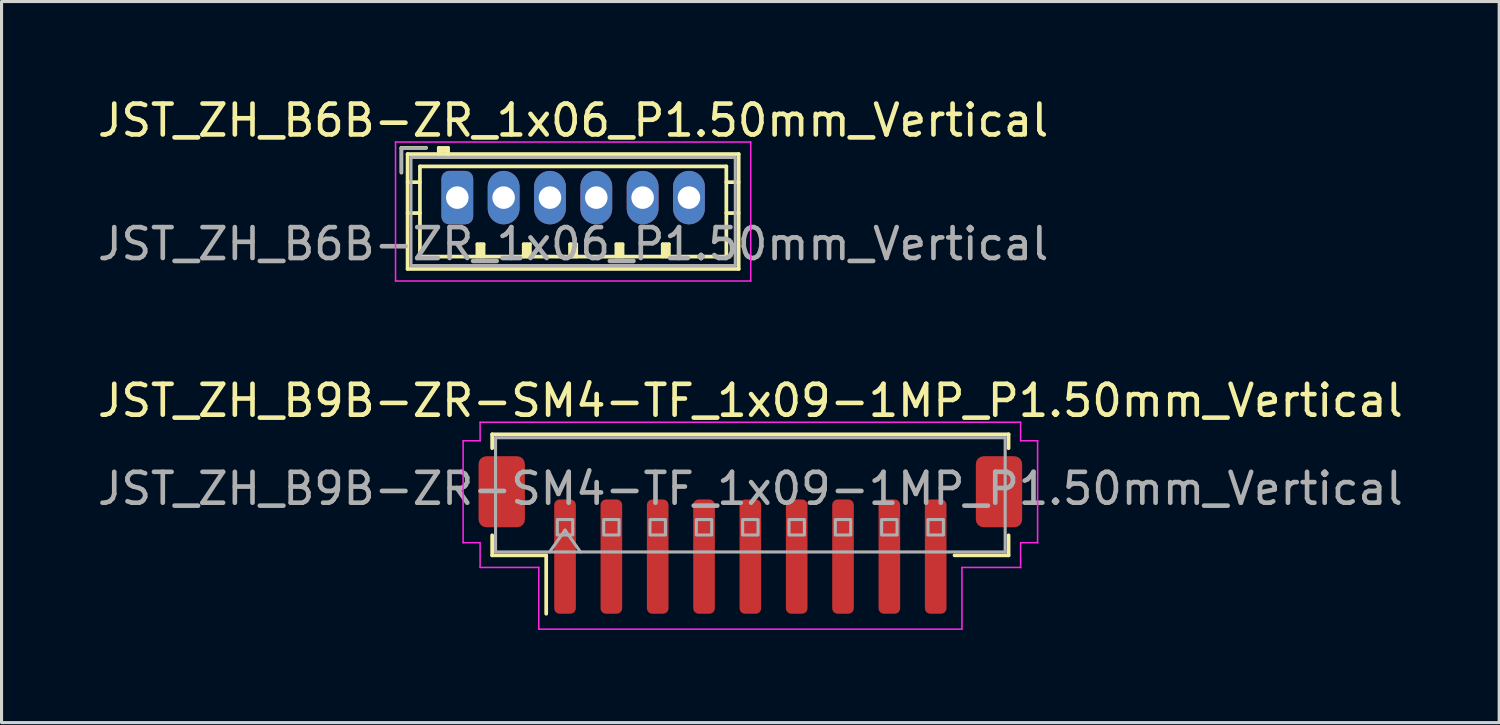
<source format=kicad_pcb>
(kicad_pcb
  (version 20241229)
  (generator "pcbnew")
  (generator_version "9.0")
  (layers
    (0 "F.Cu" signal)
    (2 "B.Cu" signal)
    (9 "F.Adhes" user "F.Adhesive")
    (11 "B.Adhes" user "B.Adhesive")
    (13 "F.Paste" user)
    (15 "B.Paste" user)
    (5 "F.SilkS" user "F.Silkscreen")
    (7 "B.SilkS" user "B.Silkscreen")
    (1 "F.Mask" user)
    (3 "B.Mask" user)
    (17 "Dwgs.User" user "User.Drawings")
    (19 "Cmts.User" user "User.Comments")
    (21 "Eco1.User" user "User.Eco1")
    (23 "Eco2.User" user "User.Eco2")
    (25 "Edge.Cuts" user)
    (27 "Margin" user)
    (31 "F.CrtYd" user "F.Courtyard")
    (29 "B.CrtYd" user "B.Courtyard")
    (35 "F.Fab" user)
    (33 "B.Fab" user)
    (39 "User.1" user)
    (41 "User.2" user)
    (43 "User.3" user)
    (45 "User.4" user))
  (footprint "JST_ZH_B6B-ZR_1x06_P1.50mm_Vertical"
    (layer "F.Cu")
    (at 11.756 3.348)
    (property "Reference" "JST_ZH_B6B-ZR_1x06_P1.50mm_Vertical" (at 3.75 -2.5 0) (layer "F.SilkS") (effects (font (size 1 1) (thickness 0.15))))
    (attr through_hole)
    (fp_line (start -1.81 -1.61) (end -1.81 -0.81) (stroke (width 0.12) (type solid)) (layer "F.SilkS"))
    (fp_line (start -1.61 -1.41) (end -1.61 2.31) (stroke (width 0.12) (type solid)) (layer "F.SilkS"))
    (fp_line (start -1.61 -0.5) (end -1.21 -0.5) (stroke (width 0.12) (type solid)) (layer "F.SilkS"))
    (fp_line (start -1.61 0.5) (end -1.21 0.5) (stroke (width 0.12) (type solid)) (layer "F.SilkS"))
    (fp_line (start -1.61 2.31) (end 9.11 2.31) (stroke (width 0.12) (type solid)) (layer "F.SilkS"))
    (fp_line (start -1.21 -1.01) (end -1.21 1.91) (stroke (width 0.12) (type solid)) (layer "F.SilkS"))
    (fp_line (start -1.21 1.91) (end 8.71 1.91) (stroke (width 0.12) (type solid)) (layer "F.SilkS"))
    (fp_line (start -1.01 -1.61) (end -1.81 -1.61) (stroke (width 0.12) (type solid)) (layer "F.SilkS"))
    (fp_line (start -0.6 -1.61) (end -0.6 -1.41) (stroke (width 0.12) (type solid)) (layer "F.SilkS"))
    (fp_line (start -0.3 -1.61) (end -0.6 -1.61) (stroke (width 0.12) (type solid)) (layer "F.SilkS"))
    (fp_line (start -0.3 -1.51) (end -0.6 -1.51) (stroke (width 0.12) (type solid)) (layer "F.SilkS"))
    (fp_line (start -0.3 -1.41) (end -0.3 -1.61) (stroke (width 0.12) (type solid)) (layer "F.SilkS"))
    (fp_line (start 0.65 1.51) (end 0.85 1.51) (stroke (width 0.12) (type solid)) (layer "F.SilkS"))
    (fp_line (start 0.65 1.91) (end 0.65 1.51) (stroke (width 0.12) (type solid)) (layer "F.SilkS"))
    (fp_line (start 0.75 1.91) (end 0.75 1.51) (stroke (width 0.12) (type solid)) (layer "F.SilkS"))
    (fp_line (start 0.85 1.51) (end 0.85 1.91) (stroke (width 0.12) (type solid)) (layer "F.SilkS"))
    (fp_line (start 2.15 1.51) (end 2.35 1.51) (stroke (width 0.12) (type solid)) (layer "F.SilkS"))
    (fp_line (start 2.15 1.91) (end 2.15 1.51) (stroke (width 0.12) (type solid)) (layer "F.SilkS"))
    (fp_line (start 2.25 1.91) (end 2.25 1.51) (stroke (width 0.12) (type solid)) (layer "F.SilkS"))
    (fp_line (start 2.35 1.51) (end 2.35 1.91) (stroke (width 0.12) (type solid)) (layer "F.SilkS"))
    (fp_line (start 3.65 1.51) (end 3.85 1.51) (stroke (width 0.12) (type solid)) (layer "F.SilkS"))
    (fp_line (start 3.65 1.91) (end 3.65 1.51) (stroke (width 0.12) (type solid)) (layer "F.SilkS"))
    (fp_line (start 3.75 1.91) (end 3.75 1.51) (stroke (width 0.12) (type solid)) (layer "F.SilkS"))
    (fp_line (start 3.85 1.51) (end 3.85 1.91) (stroke (width 0.12) (type solid)) (layer "F.SilkS"))
    (fp_line (start 5.15 1.51) (end 5.35 1.51) (stroke (width 0.12) (type solid)) (layer "F.SilkS"))
    (fp_line (start 5.15 1.91) (end 5.15 1.51) (stroke (width 0.12) (type solid)) (layer "F.SilkS"))
    (fp_line (start 5.25 1.91) (end 5.25 1.51) (stroke (width 0.12) (type solid)) (layer "F.SilkS"))
    (fp_line (start 5.35 1.51) (end 5.35 1.91) (stroke (width 0.12) (type solid)) (layer "F.SilkS"))
    (fp_line (start 6.65 1.51) (end 6.85 1.51) (stroke (width 0.12) (type solid)) (layer "F.SilkS"))
    (fp_line (start 6.65 1.91) (end 6.65 1.51) (stroke (width 0.12) (type solid)) (layer "F.SilkS"))
    (fp_line (start 6.75 1.91) (end 6.75 1.51) (stroke (width 0.12) (type solid)) (layer "F.SilkS"))
    (fp_line (start 6.85 1.51) (end 6.85 1.91) (stroke (width 0.12) (type solid)) (layer "F.SilkS"))
    (fp_line (start 8.71 -1.01) (end -1.21 -1.01) (stroke (width 0.12) (type solid)) (layer "F.SilkS"))
    (fp_line (start 8.71 1.91) (end 8.71 -1.01) (stroke (width 0.12) (type solid)) (layer "F.SilkS"))
    (fp_line (start 9.11 -1.41) (end -1.61 -1.41) (stroke (width 0.12) (type solid)) (layer "F.SilkS"))
    (fp_line (start 9.11 -0.5) (end 8.71 -0.5) (stroke (width 0.12) (type solid)) (layer "F.SilkS"))
    (fp_line (start 9.11 0.5) (end 8.71 0.5) (stroke (width 0.12) (type solid)) (layer "F.SilkS"))
    (fp_line (start 9.11 2.31) (end 9.11 -1.41) (stroke (width 0.12) (type solid)) (layer "F.SilkS"))
    (fp_line (start -2 -1.8) (end -2 2.7) (stroke (width 0.05) (type solid)) (layer "F.CrtYd"))
    (fp_line (start -2 2.7) (end 9.5 2.7) (stroke (width 0.05) (type solid)) (layer "F.CrtYd"))
    (fp_line (start 9.5 -1.8) (end -2 -1.8) (stroke (width 0.05) (type solid)) (layer "F.CrtYd"))
    (fp_line (start 9.5 2.7) (end 9.5 -1.8) (stroke (width 0.05) (type solid)) (layer "F.CrtYd"))
    (fp_line (start -1.81 -1.61) (end -1.81 -0.81) (stroke (width 0.1) (type solid)) (layer "F.Fab"))
    (fp_line (start -1.5 -1.3) (end -1.5 2.2) (stroke (width 0.1) (type solid)) (layer "F.Fab"))
    (fp_line (start -1.5 2.2) (end 9 2.2) (stroke (width 0.1) (type solid)) (layer "F.Fab"))
    (fp_line (start -1.01 -1.61) (end -1.81 -1.61) (stroke (width 0.1) (type solid)) (layer "F.Fab"))
    (fp_line (start 9 -1.3) (end -1.5 -1.3) (stroke (width 0.1) (type solid)) (layer "F.Fab"))
    (fp_line (start 9 2.2) (end 9 -1.3) (stroke (width 0.1) (type solid)) (layer "F.Fab"))
    (fp_text user "${REFERENCE}" (at 3.75 1.5 0) (layer "F.Fab") (effects (font (size 1 1) (thickness 0.15))))
    (pad "1" thru_hole roundrect (at 0 0) (size 1.03 1.73) (drill 0.73) (layers "*.Cu" "*.Mask") (roundrect_rratio 0.243))
    (pad "2" thru_hole oval (at 1.5 0) (size 1.03 1.73) (drill 0.73) (layers "*.Cu" "*.Mask"))
    (pad "3" thru_hole oval (at 3 0) (size 1.03 1.73) (drill 0.73) (layers "*.Cu" "*.Mask"))
    (pad "4" thru_hole oval (at 4.5 0) (size 1.03 1.73) (drill 0.73) (layers "*.Cu" "*.Mask"))
    (pad "5" thru_hole oval (at 6 0) (size 1.03 1.73) (drill 0.73) (layers "*.Cu" "*.Mask"))
    (pad "6" thru_hole oval (at 7.5 0) (size 1.03 1.73) (drill 0.73) (layers "*.Cu" "*.Mask")))
  (footprint "JST_ZH_B9B-ZR-SM4-TF_1x09-1MP_P1.50mm_Vertical"
    (layer "F.Cu")
    (at 21.244 14.271)
    (property "Reference" "JST_ZH_B9B-ZR-SM4-TF_1x09-1MP_P1.50mm_Vertical" (at 0 -4.35 0) (layer "F.SilkS") (effects (font (size 1 1) (thickness 0.15))))
    (attr smd)
    (fp_line (start -8.36 -3.26) (end 8.36 -3.26) (stroke (width 0.12) (type solid)) (layer "F.SilkS"))
    (fp_line (start -8.36 -2.81) (end -8.36 -3.26) (stroke (width 0.12) (type solid)) (layer "F.SilkS"))
    (fp_line (start -8.36 0.01) (end -8.36 0.66) (stroke (width 0.12) (type solid)) (layer "F.SilkS"))
    (fp_line (start -8.36 0.66) (end -6.61 0.66) (stroke (width 0.12) (type solid)) (layer "F.SilkS"))
    (fp_line (start -6.61 0.66) (end -6.61 2.55) (stroke (width 0.12) (type solid)) (layer "F.SilkS"))
    (fp_line (start 8.36 -3.26) (end 8.36 -2.81) (stroke (width 0.12) (type solid)) (layer "F.SilkS"))
    (fp_line (start 8.36 0.01) (end 8.36 0.66) (stroke (width 0.12) (type solid)) (layer "F.SilkS"))
    (fp_line (start 8.36 0.66) (end 6.61 0.66) (stroke (width 0.12) (type solid)) (layer "F.SilkS"))
    (fp_line (start -9.3 -3.05) (end -8.75 -3.05) (stroke (width 0.05) (type solid)) (layer "F.CrtYd"))
    (fp_line (start -9.3 0.25) (end -9.3 -3.05) (stroke (width 0.05) (type solid)) (layer "F.CrtYd"))
    (fp_line (start -8.75 -3.65) (end 8.75 -3.65) (stroke (width 0.05) (type solid)) (layer "F.CrtYd"))
    (fp_line (start -8.75 -3.05) (end -8.75 -3.65) (stroke (width 0.05) (type solid)) (layer "F.CrtYd"))
    (fp_line (start -8.75 0.25) (end -9.3 0.25) (stroke (width 0.05) (type solid)) (layer "F.CrtYd"))
    (fp_line (start -8.75 1.05) (end -8.75 0.25) (stroke (width 0.05) (type solid)) (layer "F.CrtYd"))
    (fp_line (start -6.85 1.05) (end -8.75 1.05) (stroke (width 0.05) (type solid)) (layer "F.CrtYd"))
    (fp_line (start -6.85 3.05) (end -6.85 1.05) (stroke (width 0.05) (type solid)) (layer "F.CrtYd"))
    (fp_line (start 6.85 1.05) (end 6.85 3.05) (stroke (width 0.05) (type solid)) (layer "F.CrtYd"))
    (fp_line (start 6.85 3.05) (end -6.85 3.05) (stroke (width 0.05) (type solid)) (layer "F.CrtYd"))
    (fp_line (start 8.75 -3.65) (end 8.75 -3.05) (stroke (width 0.05) (type solid)) (layer "F.CrtYd"))
    (fp_line (start 8.75 -3.05) (end 9.3 -3.05) (stroke (width 0.05) (type solid)) (layer "F.CrtYd"))
    (fp_line (start 8.75 0.25) (end 8.75 1.05) (stroke (width 0.05) (type solid)) (layer "F.CrtYd"))
    (fp_line (start 8.75 1.05) (end 6.85 1.05) (stroke (width 0.05) (type solid)) (layer "F.CrtYd"))
    (fp_line (start 9.3 -3.05) (end 9.3 0.25) (stroke (width 0.05) (type solid)) (layer "F.CrtYd"))
    (fp_line (start 9.3 0.25) (end 8.75 0.25) (stroke (width 0.05) (type solid)) (layer "F.CrtYd"))
    (fp_line (start -8.25 -3.15) (end 8.25 -3.15) (stroke (width 0.1) (type solid)) (layer "F.Fab"))
    (fp_line (start -8.25 0.55) (end -8.25 -3.15) (stroke (width 0.1) (type solid)) (layer "F.Fab"))
    (fp_line (start -8.25 0.55) (end 8.25 0.55) (stroke (width 0.1) (type solid)) (layer "F.Fab"))
    (fp_line (start -6.5 0.55) (end -6 -0.157) (stroke (width 0.1) (type solid)) (layer "F.Fab"))
    (fp_line (start -6 -0.157) (end -5.5 0.55) (stroke (width 0.1) (type solid)) (layer "F.Fab"))
    (fp_line (start 8.25 0.55) (end 8.25 -3.15) (stroke (width 0.1) (type solid)) (layer "F.Fab"))
    (fp_rect (start -6.25 -0.5) (end -5.75 0) (stroke (width 0.1) (type solid)) (fill no) (layer "F.Fab"))
    (fp_rect (start -4.75 -0.5) (end -4.25 0) (stroke (width 0.1) (type solid)) (fill no) (layer "F.Fab"))
    (fp_rect (start -3.25 -0.5) (end -2.75 0) (stroke (width 0.1) (type solid)) (fill no) (layer "F.Fab"))
    (fp_rect (start -1.75 -0.5) (end -1.25 0) (stroke (width 0.1) (type solid)) (fill no) (layer "F.Fab"))
    (fp_rect (start -0.25 -0.5) (end 0.25 0) (stroke (width 0.1) (type solid)) (fill no) (layer "F.Fab"))
    (fp_rect (start 1.25 -0.5) (end 1.75 0) (stroke (width 0.1) (type solid)) (fill no) (layer "F.Fab"))
    (fp_rect (start 2.75 -0.5) (end 3.25 0) (stroke (width 0.1) (type solid)) (fill no) (layer "F.Fab"))
    (fp_rect (start 4.25 -0.5) (end 4.75 0) (stroke (width 0.1) (type solid)) (fill no) (layer "F.Fab"))
    (fp_rect (start 5.75 -0.5) (end 6.25 0) (stroke (width 0.1) (type solid)) (fill no) (layer "F.Fab"))
    (fp_text user "${REFERENCE}" (at 0 -1.5 0) (layer "F.Fab") (effects (font (size 1 1) (thickness 0.15))))
    (pad "1" smd roundrect (at -6 0.7) (size 0.7 3.7) (layers "F.Cu" "F.Mask" "F.Paste") (roundrect_rratio 0.25))
    (pad "2" smd roundrect (at -4.5 0.7) (size 0.7 3.7) (layers "F.Cu" "F.Mask" "F.Paste") (roundrect_rratio 0.25))
    (pad "3" smd roundrect (at -3 0.7) (size 0.7 3.7) (layers "F.Cu" "F.Mask" "F.Paste") (roundrect_rratio 0.25))
    (pad "4" smd roundrect (at -1.5 0.7) (size 0.7 3.7) (layers "F.Cu" "F.Mask" "F.Paste") (roundrect_rratio 0.25))
    (pad "5" smd roundrect (at 0 0.7) (size 0.7 3.7) (layers "F.Cu" "F.Mask" "F.Paste") (roundrect_rratio 0.25))
    (pad "6" smd roundrect (at 1.5 0.7) (size 0.7 3.7) (layers "F.Cu" "F.Mask" "F.Paste") (roundrect_rratio 0.25))
    (pad "7" smd roundrect (at 3 0.7) (size 0.7 3.7) (layers "F.Cu" "F.Mask" "F.Paste") (roundrect_rratio 0.25))
    (pad "8" smd roundrect (at 4.5 0.7) (size 0.7 3.7) (layers "F.Cu" "F.Mask" "F.Paste") (roundrect_rratio 0.25))
    (pad "9" smd roundrect (at 6 0.7) (size 0.7 3.7) (layers "F.Cu" "F.Mask" "F.Paste") (roundrect_rratio 0.25))
    (pad "MP" smd roundrect (at -8.05 -1.4) (size 1.5 2.3) (layers "F.Cu" "F.Mask" "F.Paste") (roundrect_rratio 0.167))
    (pad "MP" smd roundrect (at 8.05 -1.4) (size 1.5 2.3) (layers "F.Cu" "F.Mask" "F.Paste") (roundrect_rratio 0.167)))
  (gr_rect
    (start -3 -3)
    (end 45.488 20.346)
    (stroke (width 0.1) (type default))
    (fill no)
    (layer "Edge.Cuts")))
</source>
